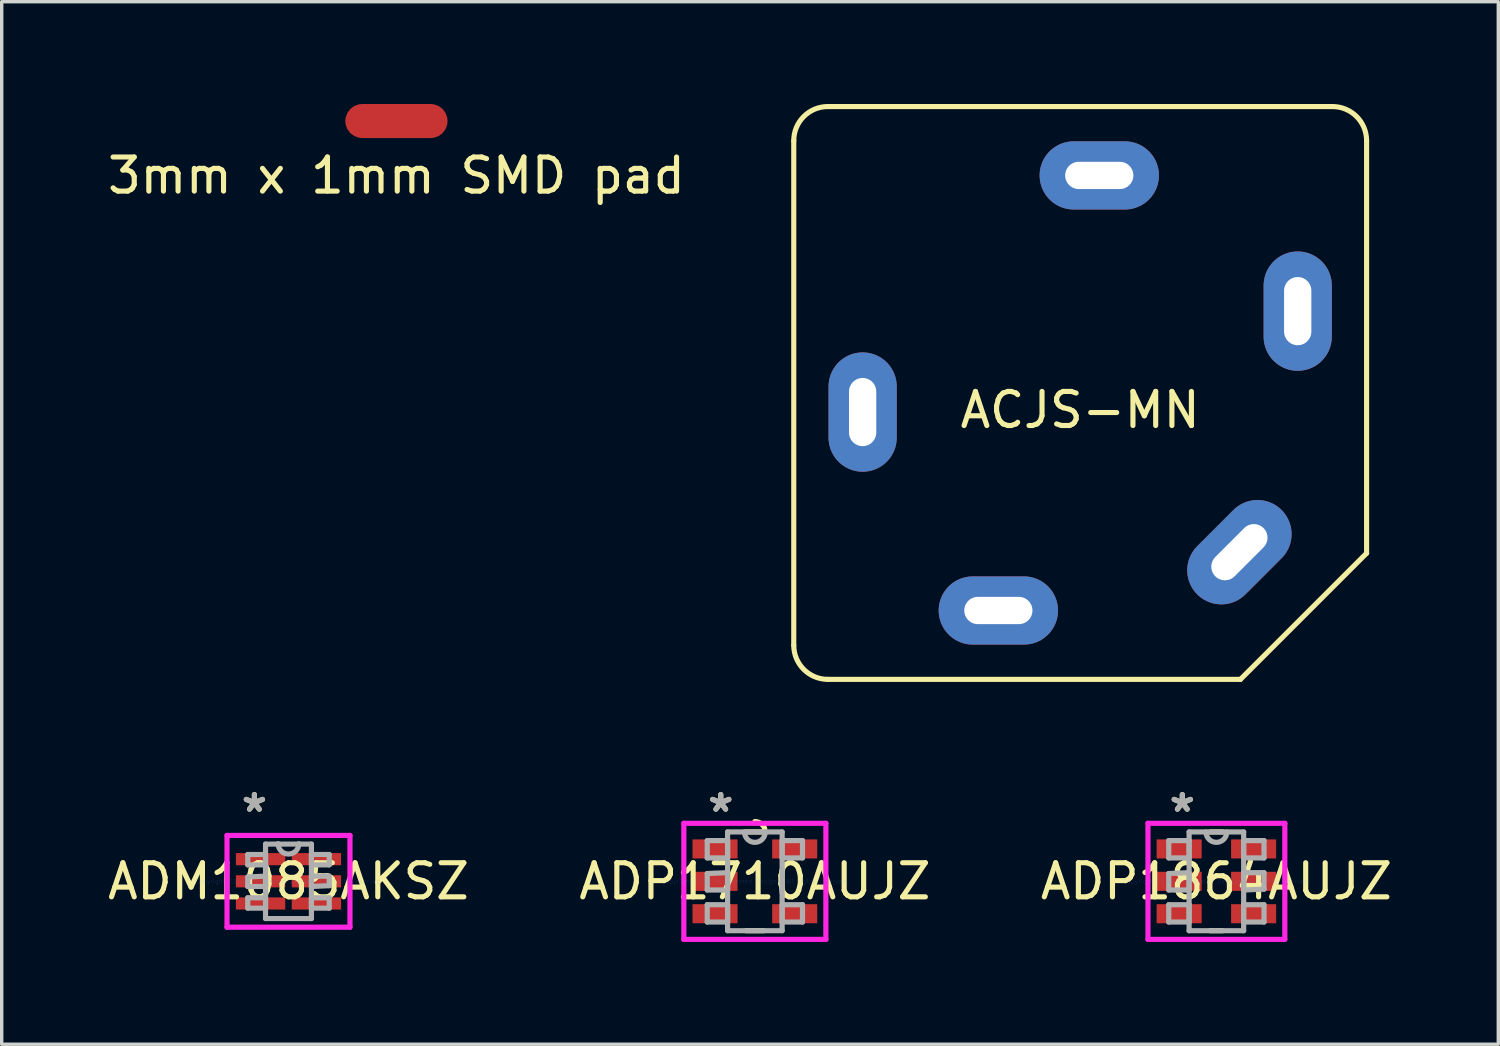
<source format=kicad_pcb>
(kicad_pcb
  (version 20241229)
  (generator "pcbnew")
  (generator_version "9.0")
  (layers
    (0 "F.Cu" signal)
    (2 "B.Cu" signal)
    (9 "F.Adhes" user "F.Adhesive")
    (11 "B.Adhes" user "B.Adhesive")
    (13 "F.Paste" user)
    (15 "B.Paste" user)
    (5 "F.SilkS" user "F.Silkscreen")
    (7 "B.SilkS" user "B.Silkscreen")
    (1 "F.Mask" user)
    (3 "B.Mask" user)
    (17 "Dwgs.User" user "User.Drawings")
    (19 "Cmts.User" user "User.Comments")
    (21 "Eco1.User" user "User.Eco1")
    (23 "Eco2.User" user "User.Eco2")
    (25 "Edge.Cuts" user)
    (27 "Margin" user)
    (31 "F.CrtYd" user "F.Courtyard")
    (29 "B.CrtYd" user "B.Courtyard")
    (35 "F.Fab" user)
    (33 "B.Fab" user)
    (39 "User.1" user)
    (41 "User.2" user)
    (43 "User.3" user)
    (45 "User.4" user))
  (footprint "ADM1085AKSZ"
    (layer "F.Cu")
    (at 5.411 22.798)
    (property "Reference" "ADM1085AKSZ" (at 0 0 0) (layer "F.SilkS") (effects (font (size 1 1) (thickness 0.15))))
    (attr through_hole)
    (fp_line (start -1.803 -1.346) (end 1.803 -1.346) (stroke (width 0.152) (type solid)) (layer "F.CrtYd"))
    (fp_line (start -1.803 1.346) (end -1.803 -1.346) (stroke (width 0.152) (type solid)) (layer "F.CrtYd"))
    (fp_line (start 1.803 -1.346) (end 1.803 1.346) (stroke (width 0.152) (type solid)) (layer "F.CrtYd"))
    (fp_line (start 1.803 1.346) (end -1.803 1.346) (stroke (width 0.152) (type solid)) (layer "F.CrtYd"))
    (fp_line (start -1.194 -0.787) (end -1.194 -0.483) (stroke (width 0.152) (type solid)) (layer "F.Fab"))
    (fp_line (start -1.194 -0.483) (end -0.673 -0.483) (stroke (width 0.152) (type solid)) (layer "F.Fab"))
    (fp_line (start -1.194 -0.127) (end -1.194 0.152) (stroke (width 0.152) (type solid)) (layer "F.Fab"))
    (fp_line (start -1.194 0.152) (end -0.673 0.152) (stroke (width 0.152) (type solid)) (layer "F.Fab"))
    (fp_line (start -1.194 0.483) (end -1.194 0.787) (stroke (width 0.152) (type solid)) (layer "F.Fab"))
    (fp_line (start -1.194 0.787) (end -0.673 0.787) (stroke (width 0.152) (type solid)) (layer "F.Fab"))
    (fp_line (start -0.673 -1.092) (end -0.673 1.092) (stroke (width 0.152) (type solid)) (layer "F.Fab"))
    (fp_line (start -0.673 -0.787) (end -1.194 -0.787) (stroke (width 0.152) (type solid)) (layer "F.Fab"))
    (fp_line (start -0.673 -0.483) (end -0.673 -0.787) (stroke (width 0.152) (type solid)) (layer "F.Fab"))
    (fp_line (start -0.673 -0.152) (end -1.194 -0.127) (stroke (width 0.152) (type solid)) (layer "F.Fab"))
    (fp_line (start -0.673 0.152) (end -0.673 -0.152) (stroke (width 0.152) (type solid)) (layer "F.Fab"))
    (fp_line (start -0.673 0.483) (end -1.194 0.483) (stroke (width 0.152) (type solid)) (layer "F.Fab"))
    (fp_line (start -0.673 0.787) (end -0.673 0.483) (stroke (width 0.152) (type solid)) (layer "F.Fab"))
    (fp_line (start -0.673 1.092) (end 0.673 1.092) (stroke (width 0.152) (type solid)) (layer "F.Fab"))
    (fp_line (start 0.673 -1.092) (end -0.673 -1.092) (stroke (width 0.152) (type solid)) (layer "F.Fab"))
    (fp_line (start 0.673 -0.787) (end 0.673 -0.483) (stroke (width 0.152) (type solid)) (layer "F.Fab"))
    (fp_line (start 0.673 -0.483) (end 1.194 -0.483) (stroke (width 0.152) (type solid)) (layer "F.Fab"))
    (fp_line (start 0.673 -0.152) (end 0.673 0.152) (stroke (width 0.152) (type solid)) (layer "F.Fab"))
    (fp_line (start 0.673 0.152) (end 1.194 0.127) (stroke (width 0.152) (type solid)) (layer "F.Fab"))
    (fp_line (start 0.673 0.483) (end 0.673 0.787) (stroke (width 0.152) (type solid)) (layer "F.Fab"))
    (fp_line (start 0.673 0.787) (end 1.194 0.787) (stroke (width 0.152) (type solid)) (layer "F.Fab"))
    (fp_line (start 0.673 1.092) (end 0.673 -1.092) (stroke (width 0.152) (type solid)) (layer "F.Fab"))
    (fp_line (start 1.194 -0.787) (end 0.673 -0.787) (stroke (width 0.152) (type solid)) (layer "F.Fab"))
    (fp_line (start 1.194 -0.483) (end 1.194 -0.787) (stroke (width 0.152) (type solid)) (layer "F.Fab"))
    (fp_line (start 1.194 -0.152) (end 0.673 -0.152) (stroke (width 0.152) (type solid)) (layer "F.Fab"))
    (fp_line (start 1.194 0.127) (end 1.194 -0.152) (stroke (width 0.152) (type solid)) (layer "F.Fab"))
    (fp_line (start 1.194 0.483) (end 0.673 0.483) (stroke (width 0.152) (type solid)) (layer "F.Fab"))
    (fp_line (start 1.194 0.787) (end 1.194 0.483) (stroke (width 0.152) (type solid)) (layer "F.Fab"))
    (fp_arc (start 0.3048 -1.1049) (mid 0 -0.8001) (end -0.3048 -1.1049) (stroke (width 0.1524) (type solid)) (layer "F.Fab"))
    (fp_text user "*" (at -1 -2 0) (layer "F.SilkS") (effects (font (size 1 1) (thickness 0.15))))
    (fp_text user "Copyright 2016 Accelerated Designs. All rights reserved." (at 0 0 0) (layer "Cmts.User") (effects (font (size 0.127 0.127) (thickness 0.002))))
    (fp_text user "*" (at -1 -2 0) (layer "F.Fab") (effects (font (size 1 1) (thickness 0.15))))
    (pad "1" smd rect (at -0.819 -0.65) (size 1.448 0.356) (layers "F.Cu" "F.Mask" "F.Paste"))
    (pad "2" smd rect (at -0.819 0) (size 1.448 0.356) (layers "F.Cu" "F.Mask" "F.Paste"))
    (pad "3" smd rect (at -0.819 0.65) (size 1.448 0.356) (layers "F.Cu" "F.Mask" "F.Paste"))
    (pad "4" smd rect (at 0.819 0.65) (size 1.448 0.356) (layers "F.Cu" "F.Mask" "F.Paste"))
    (pad "5" smd rect (at 0.819 0) (size 1.448 0.356) (layers "F.Cu" "F.Mask" "F.Paste"))
    (pad "6" smd rect (at 0.819 -0.65) (size 1.448 0.356) (layers "F.Cu" "F.Mask" "F.Paste")))
  (footprint "3mm x 1mm SMD pad"
    (layer "F.Cu")
    (at 8.577 0.5)
    (property "Reference" "3mm x 1mm SMD pad" (at 0 1.6 0) (layer "F.SilkS") (effects (font (size 1 1) (thickness 0.15))))
    (attr through_hole)
    (pad "1" smd roundrect (at 0 0) (size 3 1) (layers "F.Cu" "F.Mask" "F.Paste") (roundrect_rratio 0.5)))
  (footprint "ACJS-MN"
    (layer "F.Cu")
    (at 28.63 8.475)
    (property "Reference" "ACJS-MN" (at 0 0.5 0) (layer "F.SilkS") (effects (font (size 1 1) (thickness 0.15))))
    (attr through_hole)
    (fp_line (start -8.4 7.4) (end -8.4 -7.4) (stroke (width 0.15) (type solid)) (layer "F.SilkS"))
    (fp_line (start -7.4 -8.4) (end 7.4 -8.4) (stroke (width 0.15) (type solid)) (layer "F.SilkS"))
    (fp_line (start 4.7 8.4) (end -7.4 8.4) (stroke (width 0.15) (type solid)) (layer "F.SilkS"))
    (fp_line (start 8.4 -7.4) (end 8.4 4.7) (stroke (width 0.15) (type solid)) (layer "F.SilkS"))
    (fp_line (start 8.4 4.7) (end 4.7 8.4) (stroke (width 0.15) (type solid)) (layer "F.SilkS"))
    (fp_arc (start -8.4 -7.4) (mid -8.107107 -8.107107) (end -7.4 -8.4) (stroke (width 0.15) (type solid)) (layer "F.SilkS"))
    (fp_arc (start -7.4 8.4) (mid -8.107107 8.107107) (end -8.4 7.4) (stroke (width 0.15) (type solid)) (layer "F.SilkS"))
    (fp_arc (start 7.4 -8.4) (mid 8.107107 -8.107107) (end 8.4 -7.4) (stroke (width 0.15) (type solid)) (layer "F.SilkS"))
    (pad "1" thru_hole oval (at 4.67 4.67 315) (size 2 3.5) (drill oval 0.8 2) (layers "*.Cu" "*.Mask"))
    (pad "2" thru_hole oval (at -2.4 6.38 90) (size 2 3.5) (drill oval 0.8 2) (layers "*.Cu" "*.Mask"))
    (pad "3" thru_hole oval (at -6.38 0.56) (size 2 3.5) (drill oval 0.8 2) (layers "*.Cu" "*.Mask"))
    (pad "4" thru_hole oval (at 0.56 -6.38 90) (size 2 3.5) (drill oval 0.8 2) (layers "*.Cu" "*.Mask"))
    (pad "5" thru_hole oval (at 6.38 -2.4) (size 2 3.5) (drill oval 0.8 2) (layers "*.Cu" "*.Mask")))
  (footprint "ADP1864AUJZ"
    (layer "F.Cu")
    (at 32.625 22.798)
    (property "Reference" "ADP1864AUJZ" (at 0 0 0) (layer "F.SilkS") (effects (font (size 1 1) (thickness 0.15))))
    (attr through_hole)
    (fp_line (start -0.184 1.448) (end 0.184 1.448) (stroke (width 0.152) (type solid)) (layer "F.SilkS"))
    (fp_line (start 0.184 -1.448) (end -0.184 -1.448) (stroke (width 0.152) (type solid)) (layer "F.SilkS"))
    (fp_line (start -2.007 -1.702) (end 2.007 -1.702) (stroke (width 0.152) (type solid)) (layer "F.CrtYd"))
    (fp_line (start -2.007 1.702) (end -2.007 -1.702) (stroke (width 0.152) (type solid)) (layer "F.CrtYd"))
    (fp_line (start 2.007 -1.702) (end 2.007 1.702) (stroke (width 0.152) (type solid)) (layer "F.CrtYd"))
    (fp_line (start 2.007 1.702) (end -2.007 1.702) (stroke (width 0.152) (type solid)) (layer "F.CrtYd"))
    (fp_line (start -1.397 -1.194) (end -1.397 -0.686) (stroke (width 0.152) (type solid)) (layer "F.Fab"))
    (fp_line (start -1.397 -0.686) (end -0.8 -0.686) (stroke (width 0.152) (type solid)) (layer "F.Fab"))
    (fp_line (start -1.397 -0.229) (end -1.397 0.254) (stroke (width 0.152) (type solid)) (layer "F.Fab"))
    (fp_line (start -1.397 0.254) (end -0.8 0.254) (stroke (width 0.152) (type solid)) (layer "F.Fab"))
    (fp_line (start -1.397 0.686) (end -1.397 1.194) (stroke (width 0.152) (type solid)) (layer "F.Fab"))
    (fp_line (start -1.397 1.194) (end -0.8 1.194) (stroke (width 0.152) (type solid)) (layer "F.Fab"))
    (fp_line (start -0.8 -1.448) (end -0.8 1.448) (stroke (width 0.152) (type solid)) (layer "F.Fab"))
    (fp_line (start -0.8 -1.194) (end -1.397 -1.194) (stroke (width 0.152) (type solid)) (layer "F.Fab"))
    (fp_line (start -0.8 -0.686) (end -0.8 -1.194) (stroke (width 0.152) (type solid)) (layer "F.Fab"))
    (fp_line (start -0.8 -0.254) (end -1.397 -0.229) (stroke (width 0.152) (type solid)) (layer "F.Fab"))
    (fp_line (start -0.8 0.254) (end -0.8 -0.254) (stroke (width 0.152) (type solid)) (layer "F.Fab"))
    (fp_line (start -0.8 0.686) (end -1.397 0.686) (stroke (width 0.152) (type solid)) (layer "F.Fab"))
    (fp_line (start -0.8 1.194) (end -0.8 0.686) (stroke (width 0.152) (type solid)) (layer "F.Fab"))
    (fp_line (start -0.8 1.448) (end 0.8 1.448) (stroke (width 0.152) (type solid)) (layer "F.Fab"))
    (fp_line (start 0.8 -1.448) (end -0.8 -1.448) (stroke (width 0.152) (type solid)) (layer "F.Fab"))
    (fp_line (start 0.8 -1.194) (end 0.8 -0.686) (stroke (width 0.152) (type solid)) (layer "F.Fab"))
    (fp_line (start 0.8 -0.686) (end 1.397 -0.686) (stroke (width 0.152) (type solid)) (layer "F.Fab"))
    (fp_line (start 0.8 -0.254) (end 0.8 0.254) (stroke (width 0.152) (type solid)) (layer "F.Fab"))
    (fp_line (start 0.8 0.254) (end 1.397 0.229) (stroke (width 0.152) (type solid)) (layer "F.Fab"))
    (fp_line (start 0.8 0.686) (end 0.8 1.194) (stroke (width 0.152) (type solid)) (layer "F.Fab"))
    (fp_line (start 0.8 1.194) (end 1.397 1.194) (stroke (width 0.152) (type solid)) (layer "F.Fab"))
    (fp_line (start 0.8 1.448) (end 0.8 -1.448) (stroke (width 0.152) (type solid)) (layer "F.Fab"))
    (fp_line (start 1.397 -1.194) (end 0.8 -1.194) (stroke (width 0.152) (type solid)) (layer "F.Fab"))
    (fp_line (start 1.397 -0.686) (end 1.397 -1.194) (stroke (width 0.152) (type solid)) (layer "F.Fab"))
    (fp_line (start 1.397 -0.254) (end 0.8 -0.254) (stroke (width 0.152) (type solid)) (layer "F.Fab"))
    (fp_line (start 1.397 0.229) (end 1.397 -0.254) (stroke (width 0.152) (type solid)) (layer "F.Fab"))
    (fp_line (start 1.397 0.686) (end 0.8 0.686) (stroke (width 0.152) (type solid)) (layer "F.Fab"))
    (fp_line (start 1.397 1.194) (end 1.397 0.686) (stroke (width 0.152) (type solid)) (layer "F.Fab"))
    (fp_arc (start 0.3048 -1.4478) (mid 0 -1.143) (end -0.3048 -1.4478) (stroke (width 0.1524) (type solid)) (layer "F.Fab"))
    (fp_text user "*" (at -1 -2 0) (layer "F.SilkS") (effects (font (size 1 1) (thickness 0.15))))
    (fp_text user "Copyright 2016 Accelerated Designs. All rights reserved." (at 0 0 0) (layer "Cmts.User") (effects (font (size 0.127 0.127) (thickness 0.002))))
    (fp_text user "*" (at -1 -2 0) (layer "F.Fab") (effects (font (size 1 1) (thickness 0.15))))
    (pad "1" smd rect (at -1.092 -0.95) (size 1.321 0.559) (layers "F.Cu" "F.Mask" "F.Paste"))
    (pad "2" smd rect (at -1.092 0) (size 1.321 0.559) (layers "F.Cu" "F.Mask" "F.Paste"))
    (pad "3" smd rect (at -1.092 0.95) (size 1.321 0.559) (layers "F.Cu" "F.Mask" "F.Paste"))
    (pad "4" smd rect (at 1.092 0.95) (size 1.321 0.559) (layers "F.Cu" "F.Mask" "F.Paste"))
    (pad "5" smd rect (at 1.092 0) (size 1.321 0.559) (layers "F.Cu" "F.Mask" "F.Paste"))
    (pad "6" smd rect (at 1.092 -0.95) (size 1.321 0.559) (layers "F.Cu" "F.Mask" "F.Paste")))
  (footprint "ADP1710AUJZ"
    (layer "F.Cu")
    (at 19.089 22.798)
    (property "Reference" "ADP1710AUJZ" (at 0 0 0) (layer "F.SilkS") (effects (font (size 1 1) (thickness 0.15))))
    (attr through_hole)
    (fp_line (start -0.26 1.448) (end 0.26 1.448) (stroke (width 0.152) (type solid)) (layer "F.SilkS"))
    (fp_line (start 0.26 -1.448) (end -0.26 -1.448) (stroke (width 0.152) (type solid)) (layer "F.SilkS"))
    (fp_line (start 0.8 0.33) (end 0.8 -0.33) (stroke (width 0.152) (type solid)) (layer "F.SilkS"))
    (fp_arc (start 0 -1.7526) (mid 0.1778 -1.695369) (end 0.28883 -1.545167) (stroke (width 0.1524) (type solid)) (layer "F.SilkS"))
    (fp_line (start -2.083 -1.702) (end 2.083 -1.702) (stroke (width 0.152) (type solid)) (layer "F.CrtYd"))
    (fp_line (start -2.083 1.702) (end -2.083 -1.702) (stroke (width 0.152) (type solid)) (layer "F.CrtYd"))
    (fp_line (start 2.083 -1.702) (end 2.083 1.702) (stroke (width 0.152) (type solid)) (layer "F.CrtYd"))
    (fp_line (start 2.083 1.702) (end -2.083 1.702) (stroke (width 0.152) (type solid)) (layer "F.CrtYd"))
    (fp_line (start -1.397 -1.194) (end -1.397 -0.686) (stroke (width 0.152) (type solid)) (layer "F.Fab"))
    (fp_line (start -1.397 -0.686) (end -0.8 -0.686) (stroke (width 0.152) (type solid)) (layer "F.Fab"))
    (fp_line (start -1.397 -0.229) (end -1.397 0.254) (stroke (width 0.152) (type solid)) (layer "F.Fab"))
    (fp_line (start -1.397 0.254) (end -0.8 0.254) (stroke (width 0.152) (type solid)) (layer "F.Fab"))
    (fp_line (start -1.397 0.686) (end -1.397 1.194) (stroke (width 0.152) (type solid)) (layer "F.Fab"))
    (fp_line (start -1.397 1.194) (end -0.8 1.194) (stroke (width 0.152) (type solid)) (layer "F.Fab"))
    (fp_line (start -0.8 -1.448) (end -0.8 1.448) (stroke (width 0.152) (type solid)) (layer "F.Fab"))
    (fp_line (start -0.8 -1.194) (end -1.397 -1.194) (stroke (width 0.152) (type solid)) (layer "F.Fab"))
    (fp_line (start -0.8 -0.686) (end -0.8 -1.194) (stroke (width 0.152) (type solid)) (layer "F.Fab"))
    (fp_line (start -0.8 -0.254) (end -1.397 -0.229) (stroke (width 0.152) (type solid)) (layer "F.Fab"))
    (fp_line (start -0.8 0.254) (end -0.8 -0.254) (stroke (width 0.152) (type solid)) (layer "F.Fab"))
    (fp_line (start -0.8 0.686) (end -1.397 0.686) (stroke (width 0.152) (type solid)) (layer "F.Fab"))
    (fp_line (start -0.8 1.194) (end -0.8 0.686) (stroke (width 0.152) (type solid)) (layer "F.Fab"))
    (fp_line (start -0.8 1.448) (end 0.8 1.448) (stroke (width 0.152) (type solid)) (layer "F.Fab"))
    (fp_line (start 0.8 -1.448) (end -0.8 -1.448) (stroke (width 0.152) (type solid)) (layer "F.Fab"))
    (fp_line (start 0.8 -1.194) (end 0.8 -0.686) (stroke (width 0.152) (type solid)) (layer "F.Fab"))
    (fp_line (start 0.8 -0.686) (end 1.397 -0.686) (stroke (width 0.152) (type solid)) (layer "F.Fab"))
    (fp_line (start 0.8 0.686) (end 0.8 1.194) (stroke (width 0.152) (type solid)) (layer "F.Fab"))
    (fp_line (start 0.8 1.194) (end 1.397 1.194) (stroke (width 0.152) (type solid)) (layer "F.Fab"))
    (fp_line (start 0.8 1.448) (end 0.8 -1.448) (stroke (width 0.152) (type solid)) (layer "F.Fab"))
    (fp_line (start 1.397 -1.194) (end 0.8 -1.194) (stroke (width 0.152) (type solid)) (layer "F.Fab"))
    (fp_line (start 1.397 -0.686) (end 1.397 -1.194) (stroke (width 0.152) (type solid)) (layer "F.Fab"))
    (fp_line (start 1.397 0.686) (end 0.8 0.686) (stroke (width 0.152) (type solid)) (layer "F.Fab"))
    (fp_line (start 1.397 1.194) (end 1.397 0.686) (stroke (width 0.152) (type solid)) (layer "F.Fab"))
    (fp_arc (start 0.3048 -1.4478) (mid 0 -1.143) (end -0.3048 -1.4478) (stroke (width 0.1524) (type solid)) (layer "F.Fab"))
    (fp_text user "*" (at -1 -2 0) (layer "F.SilkS") (effects (font (size 1 1) (thickness 0.15))))
    (fp_text user "Copyright 2016 Accelerated Designs. All rights reserved." (at 0 0 0) (layer "Cmts.User") (effects (font (size 0.127 0.127) (thickness 0.002))))
    (fp_text user "*" (at -1 -2 0) (layer "F.Fab") (effects (font (size 1 1) (thickness 0.15))))
    (pad "1" smd rect (at -1.168 -0.95) (size 1.321 0.559) (layers "F.Cu" "F.Mask" "F.Paste"))
    (pad "2" smd rect (at -1.168 0) (size 1.321 0.559) (layers "F.Cu" "F.Mask" "F.Paste"))
    (pad "3" smd rect (at -1.168 0.95) (size 1.321 0.559) (layers "F.Cu" "F.Mask" "F.Paste"))
    (pad "4" smd rect (at 1.168 0.95) (size 1.321 0.559) (layers "F.Cu" "F.Mask" "F.Paste"))
    (pad "5" smd rect (at 1.168 -0.95) (size 1.321 0.559) (layers "F.Cu" "F.Mask" "F.Paste")))
  (gr_rect
    (start -3 -3)
    (end 40.893 27.576)
    (stroke (width 0.1) (type default))
    (fill no)
    (layer "Edge.Cuts")))
</source>
